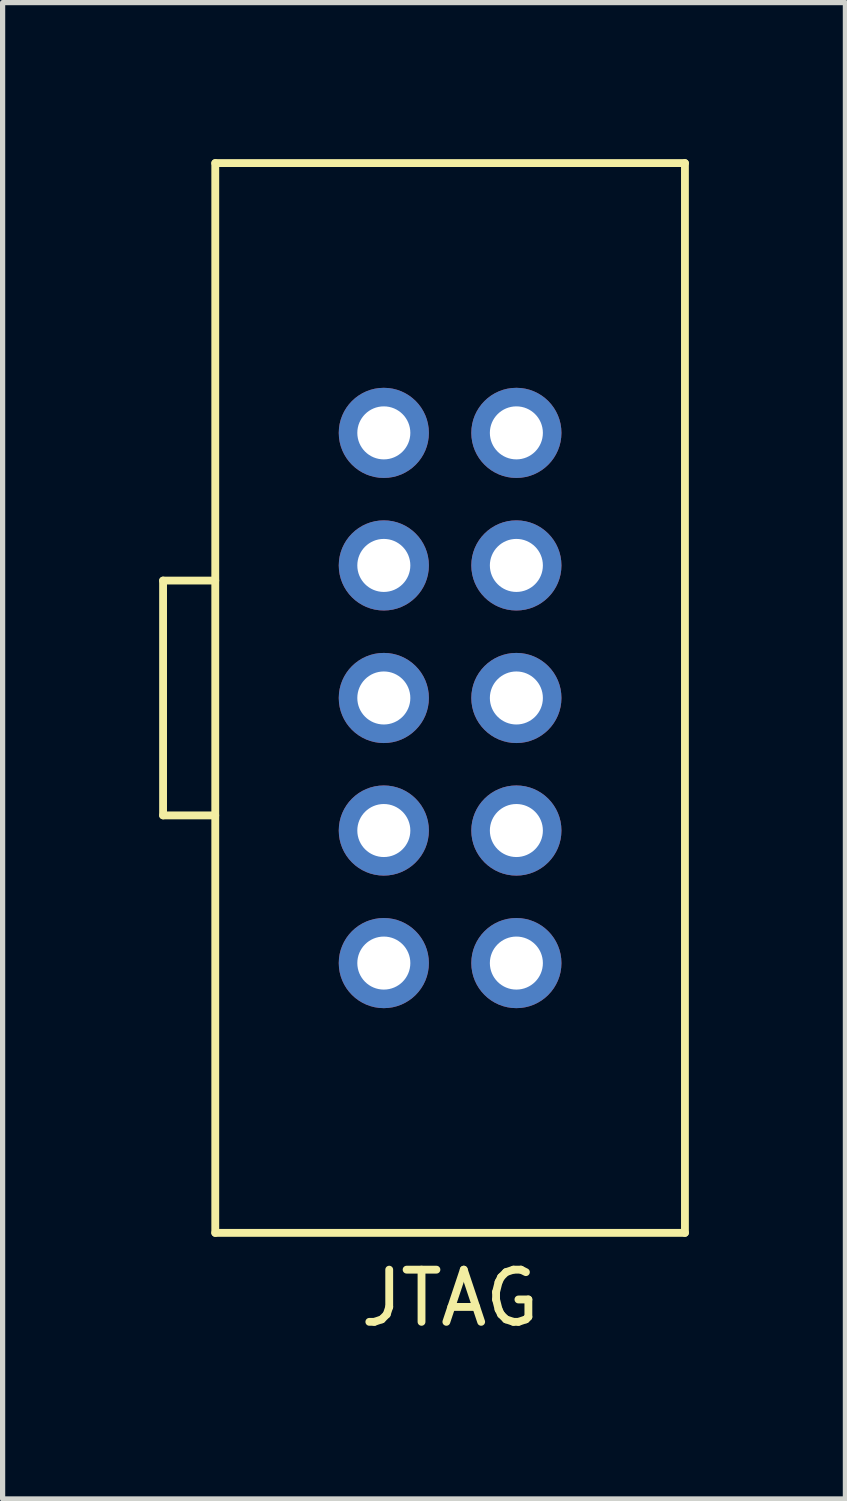
<source format=kicad_pcb>
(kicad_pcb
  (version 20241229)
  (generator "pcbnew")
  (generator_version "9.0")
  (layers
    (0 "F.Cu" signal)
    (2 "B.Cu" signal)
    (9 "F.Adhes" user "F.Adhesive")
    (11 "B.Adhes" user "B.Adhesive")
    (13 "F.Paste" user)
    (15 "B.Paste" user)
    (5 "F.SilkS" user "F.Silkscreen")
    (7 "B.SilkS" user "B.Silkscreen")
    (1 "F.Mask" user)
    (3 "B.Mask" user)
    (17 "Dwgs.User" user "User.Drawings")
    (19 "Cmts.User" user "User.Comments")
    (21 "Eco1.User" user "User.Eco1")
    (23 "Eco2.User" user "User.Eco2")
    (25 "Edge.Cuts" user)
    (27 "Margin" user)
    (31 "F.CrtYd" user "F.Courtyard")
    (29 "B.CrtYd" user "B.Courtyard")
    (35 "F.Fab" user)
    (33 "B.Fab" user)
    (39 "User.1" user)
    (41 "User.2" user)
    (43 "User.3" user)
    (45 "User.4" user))
  (footprint "JTAG"
    (layer "F.Cu")
    (at 5.575 10.325)
    (property "Reference" "JTAG" (at 0 11.5 0) (layer "F.SilkS") (effects (font (size 1 1) (thickness 0.15))))
    (attr through_hole)
    (fp_line (start -5.5 -2.25) (end -4.5 -2.25) (stroke (width 0.15) (type solid)) (layer "F.SilkS"))
    (fp_line (start -5.5 2.25) (end -5.5 -2.25) (stroke (width 0.15) (type solid)) (layer "F.SilkS"))
    (fp_line (start -5.5 2.25) (end -4.5 2.25) (stroke (width 0.15) (type solid)) (layer "F.SilkS"))
    (fp_line (start -4.5 -10.25) (end 4.5 -10.25) (stroke (width 0.15) (type solid)) (layer "F.SilkS"))
    (fp_line (start -4.5 10.25) (end -4.5 -10.25) (stroke (width 0.15) (type solid)) (layer "F.SilkS"))
    (fp_line (start 4.5 -10.25) (end 4.5 10.25) (stroke (width 0.15) (type solid)) (layer "F.SilkS"))
    (fp_line (start 4.5 10.25) (end -4.5 10.25) (stroke (width 0.15) (type solid)) (layer "F.SilkS"))
    (pad "1" thru_hole oval (at -1.27 -5.08) (size 1.727 1.727) (drill 1.016) (layers "*.Cu" "*.Mask"))
    (pad "2" thru_hole oval (at 1.27 -5.08) (size 1.727 1.727) (drill 1.016) (layers "*.Cu" "*.Mask"))
    (pad "3" thru_hole oval (at -1.27 -2.54) (size 1.727 1.727) (drill 1.016) (layers "*.Cu" "*.Mask"))
    (pad "4" thru_hole oval (at 1.27 -2.54) (size 1.727 1.727) (drill 1.016) (layers "*.Cu" "*.Mask"))
    (pad "5" thru_hole oval (at -1.27 0) (size 1.727 1.727) (drill 1.016) (layers "*.Cu" "*.Mask"))
    (pad "6" thru_hole oval (at 1.27 0) (size 1.727 1.727) (drill 1.016) (layers "*.Cu" "*.Mask"))
    (pad "7" thru_hole oval (at -1.27 2.54) (size 1.727 1.727) (drill 1.016) (layers "*.Cu" "*.Mask"))
    (pad "8" thru_hole oval (at 1.27 2.54) (size 1.727 1.727) (drill 1.016) (layers "*.Cu" "*.Mask"))
    (pad "9" thru_hole oval (at -1.27 5.08) (size 1.727 1.727) (drill 1.016) (layers "*.Cu" "*.Mask"))
    (pad "10" thru_hole oval (at 1.27 5.08) (size 1.727 1.727) (drill 1.016) (layers "*.Cu" "*.Mask")))
  (gr_rect
    (start -3 -3)
    (end 13.15 25.673)
    (stroke (width 0.1) (type default))
    (fill no)
    (layer "Edge.Cuts")))
</source>
